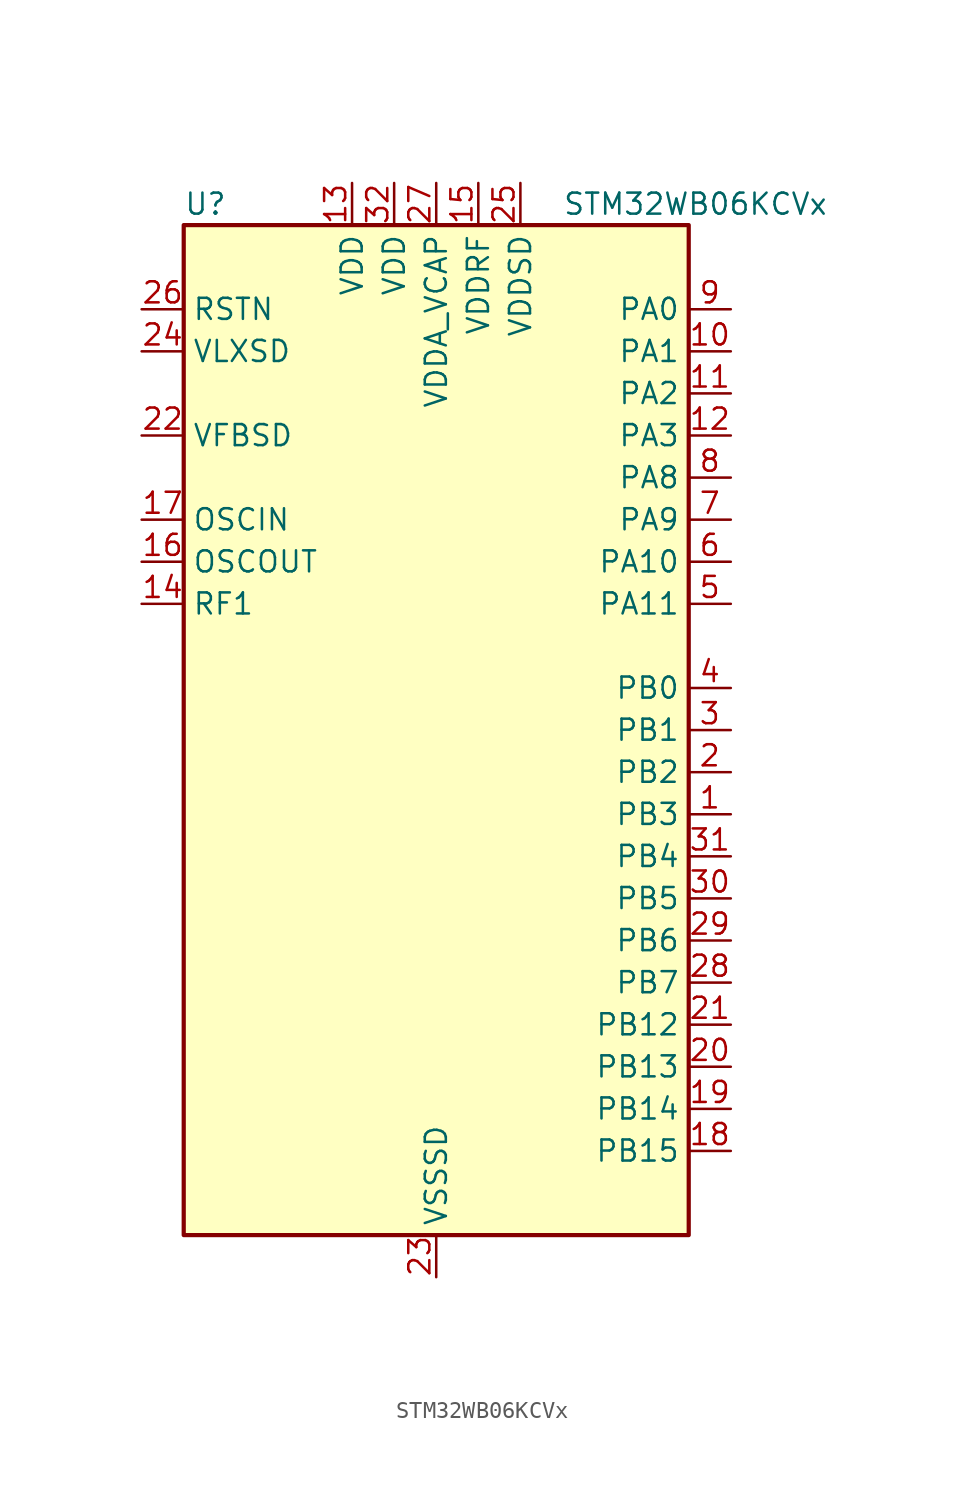
<source format=kicad_sym>
(kicad_symbol_lib
  (version 20231120)
  (generator "kicad-library-utils")
  (generator_version "8.0")
  (symbol "STM32WB06KCVx"
    (property "Reference" "U"
      (at -15.24 31.75 0)
      (effects (font (size 1.27 1.27)) (justify left)))
    (property "Value" "STM32WB06KCVx"
      (at 7.62 31.75 0)
      (effects (font (size 1.27 1.27)) (justify left)))
    (symbol "STM32WB06KCVx_0_1"
      (rectangle (start -15.24 -30.48) (end 15.24 30.48) (stroke (width 0.254) (type default)) (fill (type background))))
    (symbol "STM32WB06KCVx_1_1"
      (pin bidirectional line (at 17.78 -5.08 180) (length 2.54) (name "PB3" (effects (font (size 1.27 1.27)))) (number "1" (effects (font (size 1.27 1.27)))) (alternate "ADC1_PGA_CAP1" bidirectional line) (alternate "ADC1_VINP0" bidirectional line) (alternate "LPUART1_TX" bidirectional line) (alternate "PWR_WKUP3" bidirectional line) (alternate "TIM1_CH4" bidirectional line) (alternate "USART1_CTS" bidirectional line))
      (pin bidirectional line (at 17.78 22.86 180) (length 2.54) (name "PA1" (effects (font (size 1.27 1.27)))) (number "10" (effects (font (size 1.27 1.27)))) (alternate "I2C1_SDA" bidirectional line) (alternate "PWR_WKUP13" bidirectional line) (alternate "SPI2_MISO" bidirectional line) (alternate "TIM1_CH4" bidirectional line) (alternate "USART1_TX" bidirectional line))
      (pin bidirectional line (at 17.78 20.32 180) (length 2.54) (name "PA2" (effects (font (size 1.27 1.27)))) (number "11" (effects (font (size 1.27 1.27)))) (alternate "DEBUG_SWDIO" bidirectional line) (alternate "I2S3_MCK" bidirectional line) (alternate "PWR_WKUP14" bidirectional line) (alternate "USART1_CK" bidirectional line))
      (pin bidirectional line (at 17.78 17.78 180) (length 2.54) (name "PA3" (effects (font (size 1.27 1.27)))) (number "12" (effects (font (size 1.27 1.27)))) (alternate "DEBUG_SWCLK" bidirectional line) (alternate "I2S3_SCK" bidirectional line) (alternate "PWR_WKUP15" bidirectional line) (alternate "SPI3_SCK" bidirectional line) (alternate "TIM1_BKIN2" bidirectional line) (alternate "USART1_DE" bidirectional line) (alternate "USART1_RTS" bidirectional line))
      (pin power_in line (at -5.08 33.02 270) (length 2.54) (name "VDD" (effects (font (size 1.27 1.27)))) (number "13" (effects (font (size 1.27 1.27)))))
      (pin bidirectional line (at -17.78 7.62 0) (length 2.54) (name "RF1" (effects (font (size 1.27 1.27)))) (number "14" (effects (font (size 1.27 1.27)))) (alternate "RADIO_RF1" bidirectional line))
      (pin power_in line (at 2.54 33.02 270) (length 2.54) (name "VDDRF" (effects (font (size 1.27 1.27)))) (number "15" (effects (font (size 1.27 1.27)))))
      (pin bidirectional line (at -17.78 10.16 0) (length 2.54) (name "OSCOUT" (effects (font (size 1.27 1.27)))) (number "16" (effects (font (size 1.27 1.27)))) (alternate "RCC_OSC_OUT" bidirectional line))
      (pin bidirectional line (at -17.78 12.7 0) (length 2.54) (name "OSCIN" (effects (font (size 1.27 1.27)))) (number "17" (effects (font (size 1.27 1.27)))) (alternate "RCC_OSC_IN" bidirectional line))
      (pin bidirectional line (at 17.78 -25.4 180) (length 2.54) (name "PB15" (effects (font (size 1.27 1.27)))) (number "18" (effects (font (size 1.27 1.27)))) (alternate "I2C1_SMBA" bidirectional line) (alternate "RADIO_TX_SEQUENCE" bidirectional line) (alternate "RCC_MCO" bidirectional line) (alternate "USART1_TX" bidirectional line))
      (pin bidirectional line (at 17.78 -22.86 180) (length 2.54) (name "PB14" (effects (font (size 1.27 1.27)))) (number "19" (effects (font (size 1.27 1.27)))) (alternate "I2C2_SDA" bidirectional line) (alternate "PWR_PVD_IN" bidirectional line) (alternate "SPI1_MOSI" bidirectional line) (alternate "TIM1_CH3N" bidirectional line) (alternate "TIM1_ETR" bidirectional line) (alternate "USART1_RX" bidirectional line))
      (pin bidirectional line (at 17.78 -2.54 180) (length 2.54) (name "PB2" (effects (font (size 1.27 1.27)))) (number "2" (effects (font (size 1.27 1.27)))) (alternate "ADC1_PDM_DATA" bidirectional line) (alternate "ADC1_PGA_CAP0" bidirectional line) (alternate "ADC1_VINM0" bidirectional line) (alternate "PWR_WKUP2" bidirectional line) (alternate "TIM1_CH3" bidirectional line) (alternate "USART1_DE" bidirectional line) (alternate "USART1_RTS" bidirectional line))
      (pin bidirectional line (at 17.78 -20.32 180) (length 2.54) (name "PB13" (effects (font (size 1.27 1.27)))) (number "20" (effects (font (size 1.27 1.27)))) (alternate "ADC1_PDM_CLK" bidirectional line) (alternate "I2C2_SCL" bidirectional line) (alternate "RCC_OSC32_IN" bidirectional line) (alternate "SPI1_MISO" bidirectional line) (alternate "TIM1_BKIN2" bidirectional line) (alternate "TIM1_CH4" bidirectional line))
      (pin bidirectional line (at 17.78 -17.78 180) (length 2.54) (name "PB12" (effects (font (size 1.27 1.27)))) (number "21" (effects (font (size 1.27 1.27)))) (alternate "ADC1_PDM_DATA" bidirectional line) (alternate "RCC_LCO" bidirectional line) (alternate "RCC_OSC32_OUT" bidirectional line) (alternate "SPI1_SCK" bidirectional line) (alternate "TIM1_CH3" bidirectional line))
      (pin input line (at -17.78 17.78 0) (length 2.54) (name "VFBSD" (effects (font (size 1.27 1.27)))) (number "22" (effects (font (size 1.27 1.27)))))
      (pin power_in line (at 0 -33.02 90) (length 2.54) (name "VSSSD" (effects (font (size 1.27 1.27)))) (number "23" (effects (font (size 1.27 1.27)))))
      (pin power_in line (at -17.78 22.86 0) (length 2.54) (name "VLXSD" (effects (font (size 1.27 1.27)))) (number "24" (effects (font (size 1.27 1.27)))))
      (pin power_in line (at 5.08 33.02 270) (length 2.54) (name "VDDSD" (effects (font (size 1.27 1.27)))) (number "25" (effects (font (size 1.27 1.27)))))
      (pin power_in line (at -17.78 25.4 0) (length 2.54) (name "RSTN" (effects (font (size 1.27 1.27)))) (number "26" (effects (font (size 1.27 1.27)))))
      (pin power_in line (at 0 33.02 270) (length 2.54) (name "VDDA_VCAP" (effects (font (size 1.27 1.27)))) (number "27" (effects (font (size 1.27 1.27)))))
      (pin bidirectional line (at 17.78 -15.24 180) (length 2.54) (name "PB7" (effects (font (size 1.27 1.27)))) (number "28" (effects (font (size 1.27 1.27)))) (alternate "I2C2_SDA" bidirectional line) (alternate "I2S2_SCK" bidirectional line) (alternate "LPUART1_RX" bidirectional line) (alternate "PWR_WKUP7" bidirectional line) (alternate "SPI2_SCK" bidirectional line) (alternate "TIM1_CH2" bidirectional line))
      (pin bidirectional line (at 17.78 -12.7 180) (length 2.54) (name "PB6" (effects (font (size 1.27 1.27)))) (number "29" (effects (font (size 1.27 1.27)))) (alternate "I2C2_SCL" bidirectional line) (alternate "I2S2_WS" bidirectional line) (alternate "LPUART1_TX" bidirectional line) (alternate "PWR_WKUP6" bidirectional line) (alternate "SPI2_NSS" bidirectional line) (alternate "TIM1_CH1" bidirectional line))
      (pin bidirectional line (at 17.78 0 180) (length 2.54) (name "PB1" (effects (font (size 1.27 1.27)))) (number "3" (effects (font (size 1.27 1.27)))) (alternate "ADC1_PDM_CLK" bidirectional line) (alternate "ADC1_VINP1" bidirectional line) (alternate "PWR_WKUP1" bidirectional line) (alternate "SPI1_NSS" bidirectional line) (alternate "TIM1_ETR" bidirectional line))
      (pin bidirectional line (at 17.78 -10.16 180) (length 2.54) (name "PB5" (effects (font (size 1.27 1.27)))) (number "30" (effects (font (size 1.27 1.27)))) (alternate "ADC1_PDM_CLK" bidirectional line) (alternate "ADC1_PGA_VBIAS_MIC" bidirectional line) (alternate "I2S2_SD" bidirectional line) (alternate "LPUART1_RX" bidirectional line) (alternate "PWR_WKUP5" bidirectional line) (alternate "SPI2_MOSI" bidirectional line))
      (pin bidirectional line (at 17.78 -7.62 180) (length 2.54) (name "PB4" (effects (font (size 1.27 1.27)))) (number "31" (effects (font (size 1.27 1.27)))) (alternate "ADC1_PDM_DATA" bidirectional line) (alternate "ADC1_PGA_VIN" bidirectional line) (alternate "LPUART1_TX" bidirectional line) (alternate "PWR_WKUP4" bidirectional line) (alternate "SPI2_MISO" bidirectional line))
      (pin power_in line (at -2.54 33.02 270) (length 2.54) (name "VDD" (effects (font (size 1.27 1.27)))) (number "32" (effects (font (size 1.27 1.27)))))
      (pin bidirectional line (at 17.78 2.54 180) (length 2.54) (name "PB0" (effects (font (size 1.27 1.27)))) (number "4" (effects (font (size 1.27 1.27)))) (alternate "ADC1_VINM1" bidirectional line) (alternate "LPUART1_DE" bidirectional line) (alternate "LPUART1_RTS" bidirectional line) (alternate "PWR_WKUP0" bidirectional line) (alternate "TIM1_CH2N" bidirectional line) (alternate "USART1_RX" bidirectional line))
      (pin bidirectional line (at 17.78 7.62 180) (length 2.54) (name "PA11" (effects (font (size 1.27 1.27)))) (number "5" (effects (font (size 1.27 1.27)))) (alternate "I2S3_SD" bidirectional line) (alternate "PWR_WKUP11" bidirectional line) (alternate "PWR_WKUP23" bidirectional line) (alternate "RADIO_RX_SEQUENCE" bidirectional line) (alternate "RCC_MCO" bidirectional line) (alternate "RTC_OUT" bidirectional line) (alternate "SPI1_NSS" bidirectional line) (alternate "SPI3_MOSI" bidirectional line))
      (pin bidirectional line (at 17.78 10.16 180) (length 2.54) (name "PA10" (effects (font (size 1.27 1.27)))) (number "6" (effects (font (size 1.27 1.27)))) (alternate "I2S3_MCK" bidirectional line) (alternate "PWR_WKUP10" bidirectional line) (alternate "PWR_WKUP22" bidirectional line) (alternate "RADIO_TX_SEQUENCE" bidirectional line) (alternate "RCC_LCO" bidirectional line) (alternate "SPI1_MISO" bidirectional line))
      (pin bidirectional line (at 17.78 12.7 180) (length 2.54) (name "PA9" (effects (font (size 1.27 1.27)))) (number "7" (effects (font (size 1.27 1.27)))) (alternate "I2S3_WS" bidirectional line) (alternate "PWR_WKUP9" bidirectional line) (alternate "PWR_WKUP21" bidirectional line) (alternate "RTC_OUT" bidirectional line) (alternate "SPI1_SCK" bidirectional line) (alternate "SPI3_NSS" bidirectional line) (alternate "TIM1_CH4" bidirectional line) (alternate "USART1_TX" bidirectional line))
      (pin bidirectional line (at 17.78 15.24 180) (length 2.54) (name "PA8" (effects (font (size 1.27 1.27)))) (number "8" (effects (font (size 1.27 1.27)))) (alternate "PWR_WKUP8" bidirectional line) (alternate "PWR_WKUP20" bidirectional line) (alternate "RADIO_RX_SEQUENCE" bidirectional line) (alternate "RTC_OUT" bidirectional line) (alternate "SPI1_MOSI" bidirectional line) (alternate "SPI3_MISO" bidirectional line) (alternate "TIM1_CH3" bidirectional line) (alternate "USART1_RX" bidirectional line))
      (pin bidirectional line (at 17.78 25.4 180) (length 2.54) (name "PA0" (effects (font (size 1.27 1.27)))) (number "9" (effects (font (size 1.27 1.27)))) (alternate "I2C1_SCL" bidirectional line) (alternate "I2S2_MCK" bidirectional line) (alternate "PWR_WKUP12" bidirectional line) (alternate "TIM1_CH3" bidirectional line) (alternate "USART1_CTS" bidirectional line)))))
</source>
